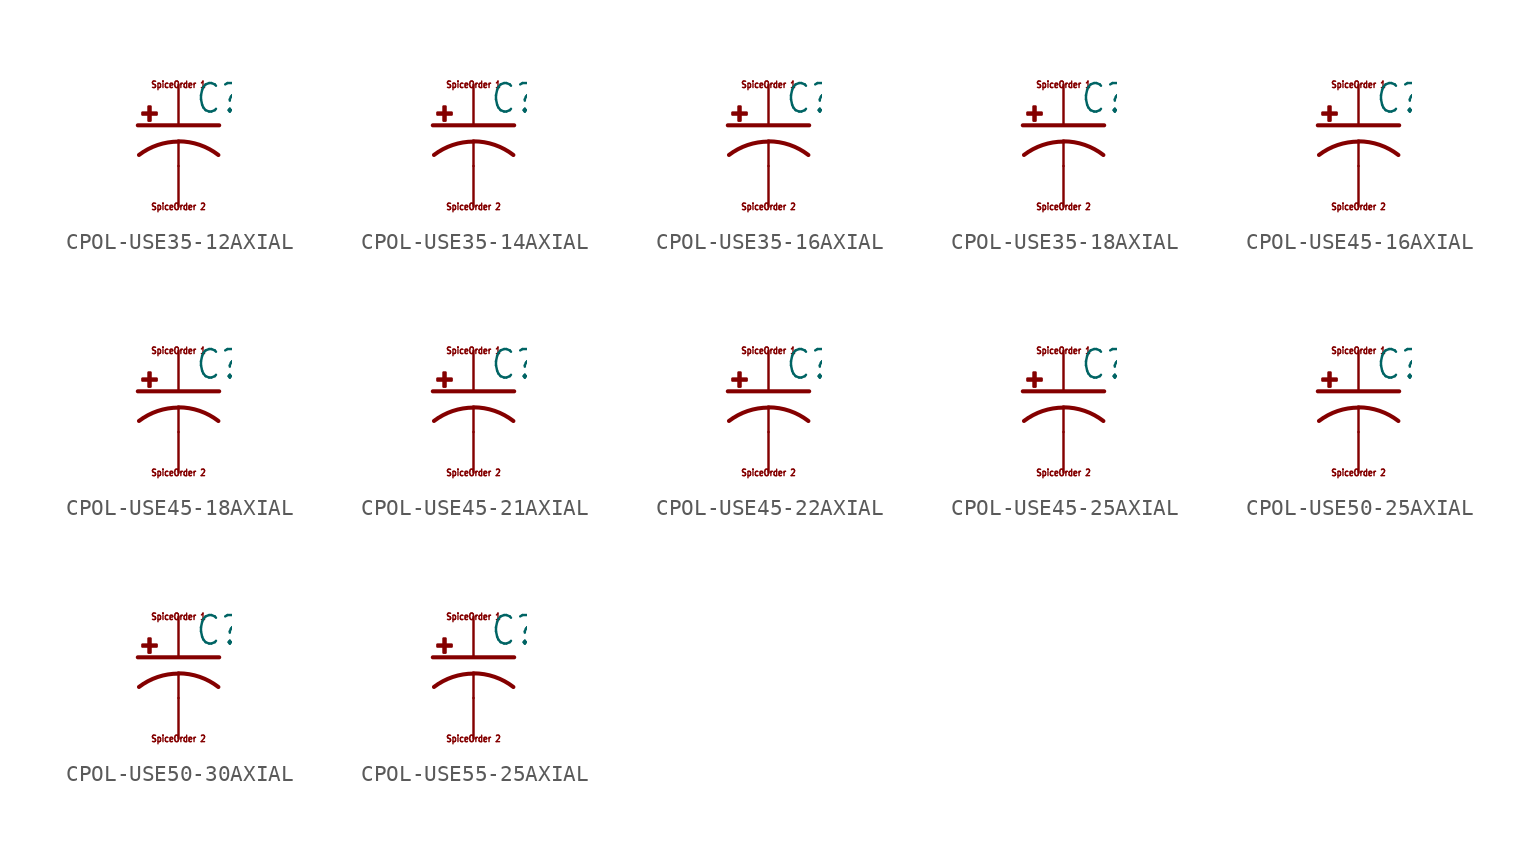
<source format=kicad_sym>
(kicad_symbol_lib
  (version 20231120)
  (generator "kicad_symbol_editor")
  (generator_version "8.0")
  (symbol "CPOL-USE35-12AXIAL"
    (property "Reference" "C"
      (at 1.016 0.635 0)
      (effects (font (size 1.778 1.511)) (justify left bottom)))
    (property "Value" ""
      (at 1.016 -4.191 0)
      (effects (font (size 1.778 1.511)) (justify left bottom)))
    (property "ki_locked" ""
      (at 0 0 0)
      (effects (font (size 1.27 1.27))))
    (symbol "CPOL-USE35-12AXIAL_1_0"
      (rectangle (start -2.253 0.668) (end -1.364 0.795) (stroke (width 0) (type default)) (fill (type outline)))
      (rectangle (start -1.872 0.287) (end -1.745 1.176) (stroke (width 0) (type default)) (fill (type outline)))
      (arc (start 0 -1.0161) (mid -1.3021 -1.2303) (end -2.4669 -1.8504) (stroke (width 0.254) (type solid)) (fill (type none)))
      (polyline (pts (xy -2.54 0) (xy 2.54 0)) (stroke (width 0.254) (type solid)) (fill (type none)))
      (polyline (pts (xy 0 -1.016) (xy 0 -2.54)) (stroke (width 0.152) (type solid)) (fill (type none)))
      (arc (start 2.4892 -1.8541) (mid 1.3158 -1.2194) (end 0 -1) (stroke (width 0.254) (type solid)) (fill (type none)))
      (text "SpiceOrder 1" (at 0 2.54 0) (effects (font (size 0.406 0.345))))
      (text "SpiceOrder 2" (at 0 -5.08 0) (effects (font (size 0.406 0.345))))
      (pin passive line (at 0 2.54 270) (length 2.54) (name "+" (effects (font (size 0 0)))) (number "+" (effects (font (size 0 0)))))
      (pin passive line (at 0 -5.08 90) (length 2.54) (name "-" (effects (font (size 0 0)))) (number "-" (effects (font (size 0 0)))))))
  (symbol "CPOL-USE35-14AXIAL"
    (property "Reference" "C"
      (at 1.016 0.635 0)
      (effects (font (size 1.778 1.511)) (justify left bottom)))
    (property "Value" ""
      (at 1.016 -4.191 0)
      (effects (font (size 1.778 1.511)) (justify left bottom)))
    (property "ki_locked" ""
      (at 0 0 0)
      (effects (font (size 1.27 1.27))))
    (symbol "CPOL-USE35-14AXIAL_1_0"
      (rectangle (start -2.253 0.668) (end -1.364 0.795) (stroke (width 0) (type default)) (fill (type outline)))
      (rectangle (start -1.872 0.287) (end -1.745 1.176) (stroke (width 0) (type default)) (fill (type outline)))
      (arc (start 0 -1.0161) (mid -1.3021 -1.2303) (end -2.4669 -1.8504) (stroke (width 0.254) (type solid)) (fill (type none)))
      (polyline (pts (xy -2.54 0) (xy 2.54 0)) (stroke (width 0.254) (type solid)) (fill (type none)))
      (polyline (pts (xy 0 -1.016) (xy 0 -2.54)) (stroke (width 0.152) (type solid)) (fill (type none)))
      (arc (start 2.4892 -1.8541) (mid 1.3158 -1.2194) (end 0 -1) (stroke (width 0.254) (type solid)) (fill (type none)))
      (text "SpiceOrder 1" (at 0 2.54 0) (effects (font (size 0.406 0.345))))
      (text "SpiceOrder 2" (at 0 -5.08 0) (effects (font (size 0.406 0.345))))
      (pin passive line (at 0 2.54 270) (length 2.54) (name "+" (effects (font (size 0 0)))) (number "+" (effects (font (size 0 0)))))
      (pin passive line (at 0 -5.08 90) (length 2.54) (name "-" (effects (font (size 0 0)))) (number "-" (effects (font (size 0 0)))))))
  (symbol "CPOL-USE35-16AXIAL"
    (property "Reference" "C"
      (at 1.016 0.635 0)
      (effects (font (size 1.778 1.511)) (justify left bottom)))
    (property "Value" ""
      (at 1.016 -4.191 0)
      (effects (font (size 1.778 1.511)) (justify left bottom)))
    (property "ki_locked" ""
      (at 0 0 0)
      (effects (font (size 1.27 1.27))))
    (symbol "CPOL-USE35-16AXIAL_1_0"
      (rectangle (start -2.253 0.668) (end -1.364 0.795) (stroke (width 0) (type default)) (fill (type outline)))
      (rectangle (start -1.872 0.287) (end -1.745 1.176) (stroke (width 0) (type default)) (fill (type outline)))
      (arc (start 0 -1.0161) (mid -1.3021 -1.2303) (end -2.4669 -1.8504) (stroke (width 0.254) (type solid)) (fill (type none)))
      (polyline (pts (xy -2.54 0) (xy 2.54 0)) (stroke (width 0.254) (type solid)) (fill (type none)))
      (polyline (pts (xy 0 -1.016) (xy 0 -2.54)) (stroke (width 0.152) (type solid)) (fill (type none)))
      (arc (start 2.4892 -1.8541) (mid 1.3158 -1.2194) (end 0 -1) (stroke (width 0.254) (type solid)) (fill (type none)))
      (text "SpiceOrder 1" (at 0 2.54 0) (effects (font (size 0.406 0.345))))
      (text "SpiceOrder 2" (at 0 -5.08 0) (effects (font (size 0.406 0.345))))
      (pin passive line (at 0 2.54 270) (length 2.54) (name "+" (effects (font (size 0 0)))) (number "+" (effects (font (size 0 0)))))
      (pin passive line (at 0 -5.08 90) (length 2.54) (name "-" (effects (font (size 0 0)))) (number "-" (effects (font (size 0 0)))))))
  (symbol "CPOL-USE35-18AXIAL"
    (property "Reference" "C"
      (at 1.016 0.635 0)
      (effects (font (size 1.778 1.511)) (justify left bottom)))
    (property "Value" ""
      (at 1.016 -4.191 0)
      (effects (font (size 1.778 1.511)) (justify left bottom)))
    (property "ki_locked" ""
      (at 0 0 0)
      (effects (font (size 1.27 1.27))))
    (symbol "CPOL-USE35-18AXIAL_1_0"
      (rectangle (start -2.253 0.668) (end -1.364 0.795) (stroke (width 0) (type default)) (fill (type outline)))
      (rectangle (start -1.872 0.287) (end -1.745 1.176) (stroke (width 0) (type default)) (fill (type outline)))
      (arc (start 0 -1.0161) (mid -1.3021 -1.2303) (end -2.4669 -1.8504) (stroke (width 0.254) (type solid)) (fill (type none)))
      (polyline (pts (xy -2.54 0) (xy 2.54 0)) (stroke (width 0.254) (type solid)) (fill (type none)))
      (polyline (pts (xy 0 -1.016) (xy 0 -2.54)) (stroke (width 0.152) (type solid)) (fill (type none)))
      (arc (start 2.4892 -1.8541) (mid 1.3158 -1.2194) (end 0 -1) (stroke (width 0.254) (type solid)) (fill (type none)))
      (text "SpiceOrder 1" (at 0 2.54 0) (effects (font (size 0.406 0.345))))
      (text "SpiceOrder 2" (at 0 -5.08 0) (effects (font (size 0.406 0.345))))
      (pin passive line (at 0 2.54 270) (length 2.54) (name "+" (effects (font (size 0 0)))) (number "+" (effects (font (size 0 0)))))
      (pin passive line (at 0 -5.08 90) (length 2.54) (name "-" (effects (font (size 0 0)))) (number "-" (effects (font (size 0 0)))))))
  (symbol "CPOL-USE45-16AXIAL"
    (property "Reference" "C"
      (at 1.016 0.635 0)
      (effects (font (size 1.778 1.511)) (justify left bottom)))
    (property "Value" ""
      (at 1.016 -4.191 0)
      (effects (font (size 1.778 1.511)) (justify left bottom)))
    (property "ki_locked" ""
      (at 0 0 0)
      (effects (font (size 1.27 1.27))))
    (symbol "CPOL-USE45-16AXIAL_1_0"
      (rectangle (start -2.253 0.668) (end -1.364 0.795) (stroke (width 0) (type default)) (fill (type outline)))
      (rectangle (start -1.872 0.287) (end -1.745 1.176) (stroke (width 0) (type default)) (fill (type outline)))
      (arc (start 0 -1.0161) (mid -1.3021 -1.2303) (end -2.4669 -1.8504) (stroke (width 0.254) (type solid)) (fill (type none)))
      (polyline (pts (xy -2.54 0) (xy 2.54 0)) (stroke (width 0.254) (type solid)) (fill (type none)))
      (polyline (pts (xy 0 -1.016) (xy 0 -2.54)) (stroke (width 0.152) (type solid)) (fill (type none)))
      (arc (start 2.4892 -1.8541) (mid 1.3158 -1.2194) (end 0 -1) (stroke (width 0.254) (type solid)) (fill (type none)))
      (text "SpiceOrder 1" (at 0 2.54 0) (effects (font (size 0.406 0.345))))
      (text "SpiceOrder 2" (at 0 -5.08 0) (effects (font (size 0.406 0.345))))
      (pin passive line (at 0 2.54 270) (length 2.54) (name "+" (effects (font (size 0 0)))) (number "+" (effects (font (size 0 0)))))
      (pin passive line (at 0 -5.08 90) (length 2.54) (name "-" (effects (font (size 0 0)))) (number "-" (effects (font (size 0 0)))))))
  (symbol "CPOL-USE45-18AXIAL"
    (property "Reference" "C"
      (at 1.016 0.635 0)
      (effects (font (size 1.778 1.511)) (justify left bottom)))
    (property "Value" ""
      (at 1.016 -4.191 0)
      (effects (font (size 1.778 1.511)) (justify left bottom)))
    (property "ki_locked" ""
      (at 0 0 0)
      (effects (font (size 1.27 1.27))))
    (symbol "CPOL-USE45-18AXIAL_1_0"
      (rectangle (start -2.253 0.668) (end -1.364 0.795) (stroke (width 0) (type default)) (fill (type outline)))
      (rectangle (start -1.872 0.287) (end -1.745 1.176) (stroke (width 0) (type default)) (fill (type outline)))
      (arc (start 0 -1.0161) (mid -1.3021 -1.2303) (end -2.4669 -1.8504) (stroke (width 0.254) (type solid)) (fill (type none)))
      (polyline (pts (xy -2.54 0) (xy 2.54 0)) (stroke (width 0.254) (type solid)) (fill (type none)))
      (polyline (pts (xy 0 -1.016) (xy 0 -2.54)) (stroke (width 0.152) (type solid)) (fill (type none)))
      (arc (start 2.4892 -1.8541) (mid 1.3158 -1.2194) (end 0 -1) (stroke (width 0.254) (type solid)) (fill (type none)))
      (text "SpiceOrder 1" (at 0 2.54 0) (effects (font (size 0.406 0.345))))
      (text "SpiceOrder 2" (at 0 -5.08 0) (effects (font (size 0.406 0.345))))
      (pin passive line (at 0 2.54 270) (length 2.54) (name "+" (effects (font (size 0 0)))) (number "+" (effects (font (size 0 0)))))
      (pin passive line (at 0 -5.08 90) (length 2.54) (name "-" (effects (font (size 0 0)))) (number "-" (effects (font (size 0 0)))))))
  (symbol "CPOL-USE45-21AXIAL"
    (property "Reference" "C"
      (at 1.016 0.635 0)
      (effects (font (size 1.778 1.511)) (justify left bottom)))
    (property "Value" ""
      (at 1.016 -4.191 0)
      (effects (font (size 1.778 1.511)) (justify left bottom)))
    (property "ki_locked" ""
      (at 0 0 0)
      (effects (font (size 1.27 1.27))))
    (symbol "CPOL-USE45-21AXIAL_1_0"
      (rectangle (start -2.253 0.668) (end -1.364 0.795) (stroke (width 0) (type default)) (fill (type outline)))
      (rectangle (start -1.872 0.287) (end -1.745 1.176) (stroke (width 0) (type default)) (fill (type outline)))
      (arc (start 0 -1.0161) (mid -1.3021 -1.2303) (end -2.4669 -1.8504) (stroke (width 0.254) (type solid)) (fill (type none)))
      (polyline (pts (xy -2.54 0) (xy 2.54 0)) (stroke (width 0.254) (type solid)) (fill (type none)))
      (polyline (pts (xy 0 -1.016) (xy 0 -2.54)) (stroke (width 0.152) (type solid)) (fill (type none)))
      (arc (start 2.4892 -1.8541) (mid 1.3158 -1.2194) (end 0 -1) (stroke (width 0.254) (type solid)) (fill (type none)))
      (text "SpiceOrder 1" (at 0 2.54 0) (effects (font (size 0.406 0.345))))
      (text "SpiceOrder 2" (at 0 -5.08 0) (effects (font (size 0.406 0.345))))
      (pin passive line (at 0 2.54 270) (length 2.54) (name "+" (effects (font (size 0 0)))) (number "+" (effects (font (size 0 0)))))
      (pin passive line (at 0 -5.08 90) (length 2.54) (name "-" (effects (font (size 0 0)))) (number "-" (effects (font (size 0 0)))))))
  (symbol "CPOL-USE45-22AXIAL"
    (property "Reference" "C"
      (at 1.016 0.635 0)
      (effects (font (size 1.778 1.511)) (justify left bottom)))
    (property "Value" ""
      (at 1.016 -4.191 0)
      (effects (font (size 1.778 1.511)) (justify left bottom)))
    (property "ki_locked" ""
      (at 0 0 0)
      (effects (font (size 1.27 1.27))))
    (symbol "CPOL-USE45-22AXIAL_1_0"
      (rectangle (start -2.253 0.668) (end -1.364 0.795) (stroke (width 0) (type default)) (fill (type outline)))
      (rectangle (start -1.872 0.287) (end -1.745 1.176) (stroke (width 0) (type default)) (fill (type outline)))
      (arc (start 0 -1.0161) (mid -1.3021 -1.2303) (end -2.4669 -1.8504) (stroke (width 0.254) (type solid)) (fill (type none)))
      (polyline (pts (xy -2.54 0) (xy 2.54 0)) (stroke (width 0.254) (type solid)) (fill (type none)))
      (polyline (pts (xy 0 -1.016) (xy 0 -2.54)) (stroke (width 0.152) (type solid)) (fill (type none)))
      (arc (start 2.4892 -1.8541) (mid 1.3158 -1.2194) (end 0 -1) (stroke (width 0.254) (type solid)) (fill (type none)))
      (text "SpiceOrder 1" (at 0 2.54 0) (effects (font (size 0.406 0.345))))
      (text "SpiceOrder 2" (at 0 -5.08 0) (effects (font (size 0.406 0.345))))
      (pin passive line (at 0 2.54 270) (length 2.54) (name "+" (effects (font (size 0 0)))) (number "+" (effects (font (size 0 0)))))
      (pin passive line (at 0 -5.08 90) (length 2.54) (name "-" (effects (font (size 0 0)))) (number "-" (effects (font (size 0 0)))))))
  (symbol "CPOL-USE45-25AXIAL"
    (property "Reference" "C"
      (at 1.016 0.635 0)
      (effects (font (size 1.778 1.511)) (justify left bottom)))
    (property "Value" ""
      (at 1.016 -4.191 0)
      (effects (font (size 1.778 1.511)) (justify left bottom)))
    (property "ki_locked" ""
      (at 0 0 0)
      (effects (font (size 1.27 1.27))))
    (symbol "CPOL-USE45-25AXIAL_1_0"
      (rectangle (start -2.253 0.668) (end -1.364 0.795) (stroke (width 0) (type default)) (fill (type outline)))
      (rectangle (start -1.872 0.287) (end -1.745 1.176) (stroke (width 0) (type default)) (fill (type outline)))
      (arc (start 0 -1.0161) (mid -1.3021 -1.2303) (end -2.4669 -1.8504) (stroke (width 0.254) (type solid)) (fill (type none)))
      (polyline (pts (xy -2.54 0) (xy 2.54 0)) (stroke (width 0.254) (type solid)) (fill (type none)))
      (polyline (pts (xy 0 -1.016) (xy 0 -2.54)) (stroke (width 0.152) (type solid)) (fill (type none)))
      (arc (start 2.4892 -1.8541) (mid 1.3158 -1.2194) (end 0 -1) (stroke (width 0.254) (type solid)) (fill (type none)))
      (text "SpiceOrder 1" (at 0 2.54 0) (effects (font (size 0.406 0.345))))
      (text "SpiceOrder 2" (at 0 -5.08 0) (effects (font (size 0.406 0.345))))
      (pin passive line (at 0 2.54 270) (length 2.54) (name "+" (effects (font (size 0 0)))) (number "+" (effects (font (size 0 0)))))
      (pin passive line (at 0 -5.08 90) (length 2.54) (name "-" (effects (font (size 0 0)))) (number "-" (effects (font (size 0 0)))))))
  (symbol "CPOL-USE50-25AXIAL"
    (property "Reference" "C"
      (at 1.016 0.635 0)
      (effects (font (size 1.778 1.511)) (justify left bottom)))
    (property "Value" ""
      (at 1.016 -4.191 0)
      (effects (font (size 1.778 1.511)) (justify left bottom)))
    (property "ki_locked" ""
      (at 0 0 0)
      (effects (font (size 1.27 1.27))))
    (symbol "CPOL-USE50-25AXIAL_1_0"
      (rectangle (start -2.253 0.668) (end -1.364 0.795) (stroke (width 0) (type default)) (fill (type outline)))
      (rectangle (start -1.872 0.287) (end -1.745 1.176) (stroke (width 0) (type default)) (fill (type outline)))
      (arc (start 0 -1.0161) (mid -1.3021 -1.2303) (end -2.4669 -1.8504) (stroke (width 0.254) (type solid)) (fill (type none)))
      (polyline (pts (xy -2.54 0) (xy 2.54 0)) (stroke (width 0.254) (type solid)) (fill (type none)))
      (polyline (pts (xy 0 -1.016) (xy 0 -2.54)) (stroke (width 0.152) (type solid)) (fill (type none)))
      (arc (start 2.4892 -1.8541) (mid 1.3158 -1.2194) (end 0 -1) (stroke (width 0.254) (type solid)) (fill (type none)))
      (text "SpiceOrder 1" (at 0 2.54 0) (effects (font (size 0.406 0.345))))
      (text "SpiceOrder 2" (at 0 -5.08 0) (effects (font (size 0.406 0.345))))
      (pin passive line (at 0 2.54 270) (length 2.54) (name "+" (effects (font (size 0 0)))) (number "+" (effects (font (size 0 0)))))
      (pin passive line (at 0 -5.08 90) (length 2.54) (name "-" (effects (font (size 0 0)))) (number "-" (effects (font (size 0 0)))))))
  (symbol "CPOL-USE50-30AXIAL"
    (property "Reference" "C"
      (at 1.016 0.635 0)
      (effects (font (size 1.778 1.511)) (justify left bottom)))
    (property "Value" ""
      (at 1.016 -4.191 0)
      (effects (font (size 1.778 1.511)) (justify left bottom)))
    (property "ki_locked" ""
      (at 0 0 0)
      (effects (font (size 1.27 1.27))))
    (symbol "CPOL-USE50-30AXIAL_1_0"
      (rectangle (start -2.253 0.668) (end -1.364 0.795) (stroke (width 0) (type default)) (fill (type outline)))
      (rectangle (start -1.872 0.287) (end -1.745 1.176) (stroke (width 0) (type default)) (fill (type outline)))
      (arc (start 0 -1.0161) (mid -1.3021 -1.2303) (end -2.4669 -1.8504) (stroke (width 0.254) (type solid)) (fill (type none)))
      (polyline (pts (xy -2.54 0) (xy 2.54 0)) (stroke (width 0.254) (type solid)) (fill (type none)))
      (polyline (pts (xy 0 -1.016) (xy 0 -2.54)) (stroke (width 0.152) (type solid)) (fill (type none)))
      (arc (start 2.4892 -1.8541) (mid 1.3158 -1.2194) (end 0 -1) (stroke (width 0.254) (type solid)) (fill (type none)))
      (text "SpiceOrder 1" (at 0 2.54 0) (effects (font (size 0.406 0.345))))
      (text "SpiceOrder 2" (at 0 -5.08 0) (effects (font (size 0.406 0.345))))
      (pin passive line (at 0 2.54 270) (length 2.54) (name "+" (effects (font (size 0 0)))) (number "+" (effects (font (size 0 0)))))
      (pin passive line (at 0 -5.08 90) (length 2.54) (name "-" (effects (font (size 0 0)))) (number "-" (effects (font (size 0 0)))))))
  (symbol "CPOL-USE55-25AXIAL"
    (property "Reference" "C"
      (at 1.016 0.635 0)
      (effects (font (size 1.778 1.511)) (justify left bottom)))
    (property "Value" ""
      (at 1.016 -4.191 0)
      (effects (font (size 1.778 1.511)) (justify left bottom)))
    (property "ki_locked" ""
      (at 0 0 0)
      (effects (font (size 1.27 1.27))))
    (symbol "CPOL-USE55-25AXIAL_1_0"
      (rectangle (start -2.253 0.668) (end -1.364 0.795) (stroke (width 0) (type default)) (fill (type outline)))
      (rectangle (start -1.872 0.287) (end -1.745 1.176) (stroke (width 0) (type default)) (fill (type outline)))
      (arc (start 0 -1.0161) (mid -1.3021 -1.2303) (end -2.4669 -1.8504) (stroke (width 0.254) (type solid)) (fill (type none)))
      (polyline (pts (xy -2.54 0) (xy 2.54 0)) (stroke (width 0.254) (type solid)) (fill (type none)))
      (polyline (pts (xy 0 -1.016) (xy 0 -2.54)) (stroke (width 0.152) (type solid)) (fill (type none)))
      (arc (start 2.4892 -1.8541) (mid 1.3158 -1.2194) (end 0 -1) (stroke (width 0.254) (type solid)) (fill (type none)))
      (text "SpiceOrder 1" (at 0 2.54 0) (effects (font (size 0.406 0.345))))
      (text "SpiceOrder 2" (at 0 -5.08 0) (effects (font (size 0.406 0.345))))
      (pin passive line (at 0 2.54 270) (length 2.54) (name "+" (effects (font (size 0 0)))) (number "+" (effects (font (size 0 0)))))
      (pin passive line (at 0 -5.08 90) (length 2.54) (name "-" (effects (font (size 0 0)))) (number "-" (effects (font (size 0 0))))))))
</source>
